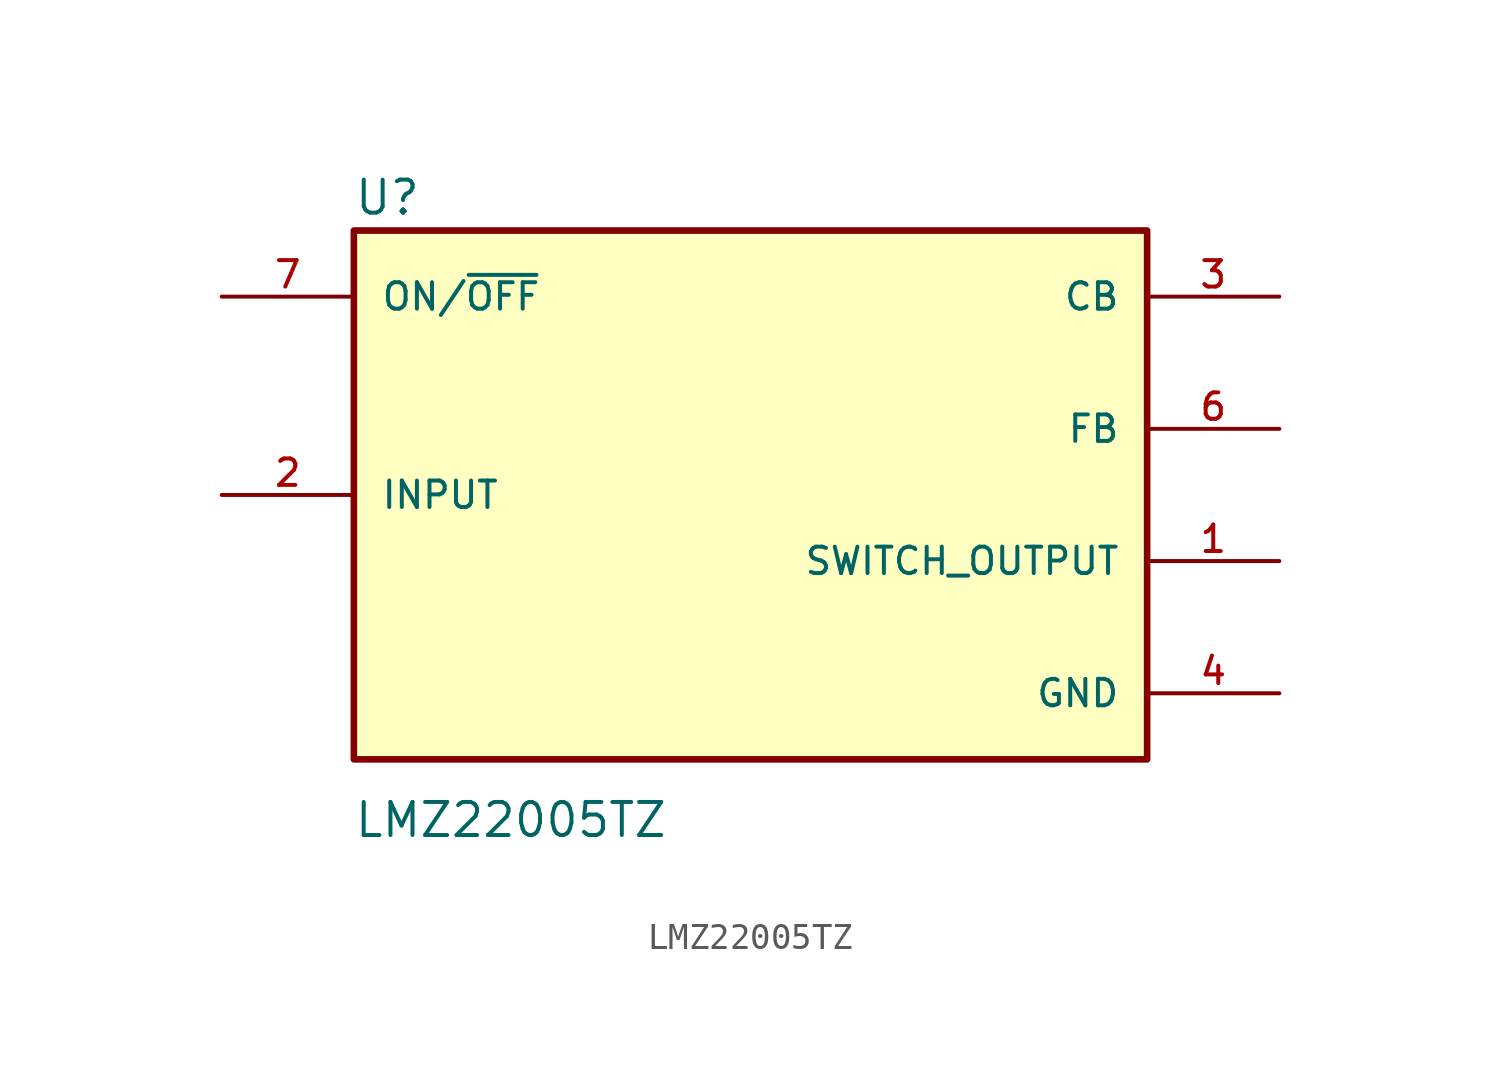
<source format=kicad_sym>
(kicad_symbol_lib
  (version 20211014)
  (generator kicad_symbol_editor)
  (symbol "LMZ22005TZ"
    (pin_names
      (offset 1.016))
    (property "Reference" "U"
      (at -15.263 10.684 0)
      (effects (font (size 1.27 1.27)) (justify bottom left)))
    (property "Value" "LMZ22005TZ"
      (at -15.265 -13.23 0)
      (effects (font (size 1.27 1.27)) (justify bottom left)))
    (symbol "LMZ22005TZ_0_0"
      (rectangle (start -15.24 -10.16) (end 15.24 10.16) (stroke (width 0.254)) (fill (type background)))
      (pin input line (at 20.32 2.54 180.0) (length 5.08) (name "FB" (effects (font (size 1.016 1.016)))) (number "6" (effects (font (size 1.016 1.016)))))
      (pin power_in line (at -20.32 0.0 0) (length 5.08) (name "INPUT" (effects (font (size 1.016 1.016)))) (number "2" (effects (font (size 1.016 1.016)))))
      (pin power_in line (at 20.32 -7.62 180.0) (length 5.08) (name "GND" (effects (font (size 1.016 1.016)))) (number "4" (effects (font (size 1.016 1.016)))))
      (pin passive line (at 20.32 7.62 180.0) (length 5.08) (name "CB" (effects (font (size 1.016 1.016)))) (number "3" (effects (font (size 1.016 1.016)))))
      (pin output line (at 20.32 -2.54 180.0) (length 5.08) (name "SWITCH_OUTPUT" (effects (font (size 1.016 1.016)))) (number "1" (effects (font (size 1.016 1.016)))))
      (pin input line (at -20.32 7.62 0) (length 5.08) (name "ON/~{OFF}" (effects (font (size 1.016 1.016)))) (number "7" (effects (font (size 1.016 1.016))))))))
</source>
